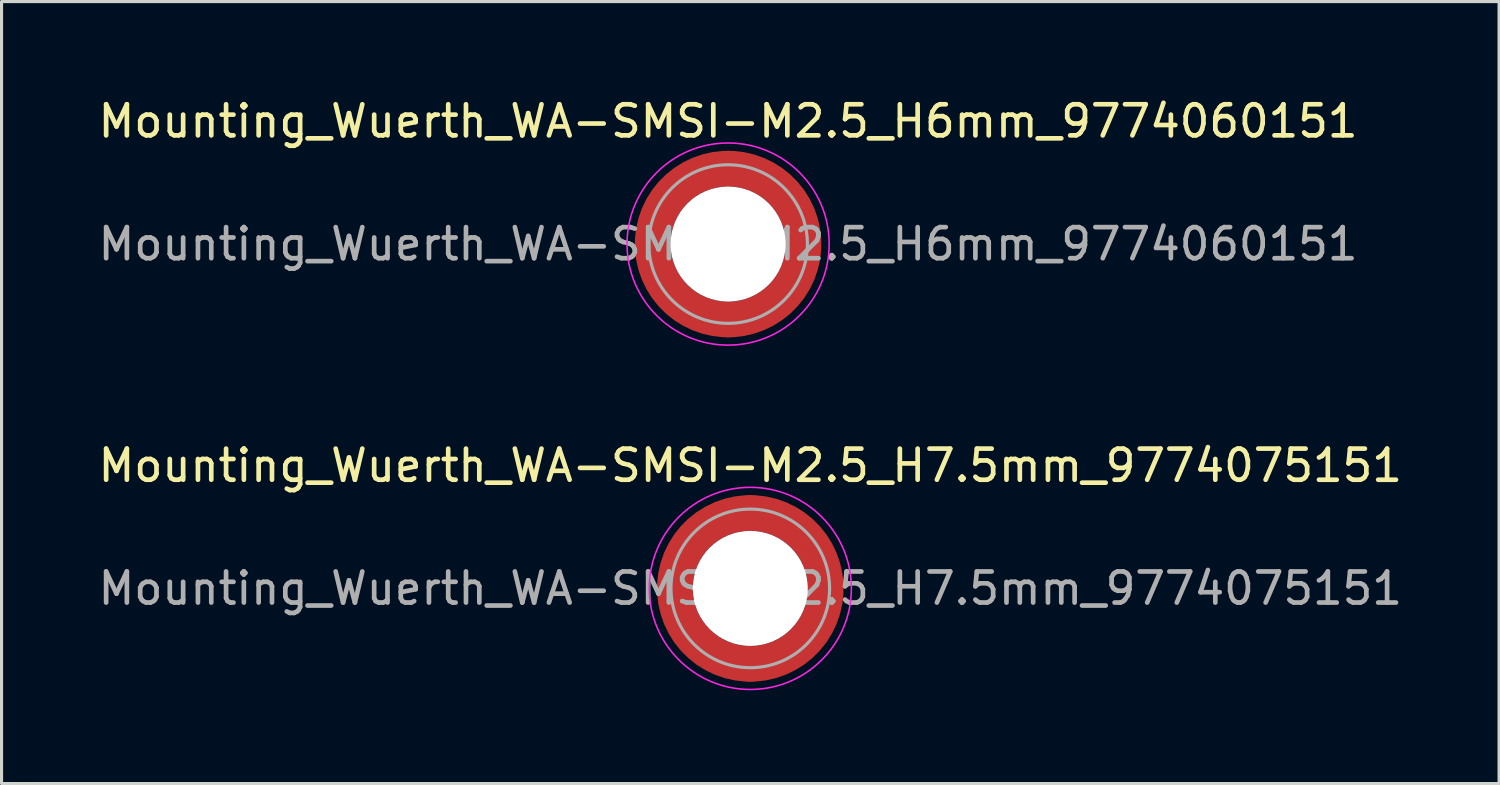
<source format=kicad_pcb>
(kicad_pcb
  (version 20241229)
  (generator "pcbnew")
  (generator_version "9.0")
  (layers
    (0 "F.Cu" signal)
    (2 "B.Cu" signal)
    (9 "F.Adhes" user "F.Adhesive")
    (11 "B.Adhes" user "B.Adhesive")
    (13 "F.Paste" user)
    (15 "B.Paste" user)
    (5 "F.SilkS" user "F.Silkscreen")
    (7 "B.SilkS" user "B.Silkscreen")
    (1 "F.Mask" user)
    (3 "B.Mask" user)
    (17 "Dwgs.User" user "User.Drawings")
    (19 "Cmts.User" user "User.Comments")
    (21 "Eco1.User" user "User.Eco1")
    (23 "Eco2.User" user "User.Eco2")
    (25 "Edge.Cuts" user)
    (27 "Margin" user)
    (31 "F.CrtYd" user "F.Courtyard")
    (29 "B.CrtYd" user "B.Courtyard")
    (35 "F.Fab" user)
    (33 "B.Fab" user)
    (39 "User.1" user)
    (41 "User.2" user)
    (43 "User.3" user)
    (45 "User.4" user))
  (footprint "Mounting_Wuerth_WA-SMSI-M2.5_H7.5mm_9774075151"
    (layer "F.Cu")
    (at 21.077 15.871)
    (property "Reference" "Mounting_Wuerth_WA-SMSI-M2.5_H7.5mm_9774075151" (at 0 -3.95 0) (layer "F.SilkS") (effects (font (size 1 1) (thickness 0.15))))
    (attr smd)
    (fp_circle (center 0 0) (end 3.25 0) (stroke (width 0.05) (type solid)) (fill no) (layer "F.CrtYd"))
    (fp_circle (center 0 0) (end 2.55 0) (stroke (width 0.1) (type solid)) (fill no) (layer "F.Fab"))
    (fp_text user "${REFERENCE}" (at 0 0 0) (layer "F.Fab") (effects (font (size 1 1) (thickness 0.15))))
    (pad "" smd custom (at -1.704 -1.704) (size 0.51 0.51) (layers "F.Paste") (options (anchor circle)) (primitives (gr_arc (start -0.250195 1.279127) (mid 0.289914 0.289914) (end 1.279127 -0.250195) (width 0.2)) (gr_arc (start -0.34334 1.279127) (mid 0.225488 0.225488) (end 1.279127 -0.34334) (width 0.2)) (gr_arc (start -0.436309 1.279127) (mid 0.161063 0.161063) (end 1.279127 -0.436309) (width 0.2)) (gr_arc (start -0.529126 1.279127) (mid 0.096638 0.096638) (end 1.279127 -0.529126) (width 0.2)) (gr_arc (start -0.621807 1.279127) (mid 0.032213 0.032213) (end 1.279127 -0.621807) (width 0.2)) (gr_arc (start -0.71437 1.279127) (mid -0.032213 -0.032213) (end 1.279127 -0.71437) (width 0.2)) (gr_arc (start -0.806826 1.279127) (mid -0.096638 -0.096638) (end 1.279127 -0.806826) (width 0.2)) (gr_arc (start -0.899187 1.279127) (mid -0.161063 -0.161063) (end 1.279127 -0.899187) (width 0.2)) (gr_arc (start -0.991463 1.279127) (mid -0.225488 -0.225488) (end 1.279127 -0.991463) (width 0.2)) (gr_arc (start -1.083663 1.279127) (mid -0.289914 -0.289914) (end 1.279127 -1.083663) (width 0.2)) (gr_line (start 1.279 -0.25) (end 1.279 -1.084) (width 0.2)) (gr_line (start -0.25 1.279) (end -1.084 1.279) (width 0.2))))
    (pad "" smd custom (at -1.704 1.704) (size 0.51 0.51) (layers "F.Paste") (options (anchor circle)) (primitives (gr_arc (start 1.279127 0.250195) (mid 0.289914 -0.289914) (end -0.250195 -1.279127) (width 0.2)) (gr_arc (start 1.279127 0.34334) (mid 0.225488 -0.225488) (end -0.34334 -1.279127) (width 0.2)) (gr_arc (start 1.279127 0.436309) (mid 0.161063 -0.161063) (end -0.436309 -1.279127) (width 0.2)) (gr_arc (start 1.279127 0.529126) (mid 0.096638 -0.096638) (end -0.529126 -1.279127) (width 0.2)) (gr_arc (start 1.279127 0.621807) (mid 0.032213 -0.032213) (end -0.621807 -1.279127) (width 0.2)) (gr_arc (start 1.279127 0.71437) (mid -0.032213 0.032213) (end -0.71437 -1.279127) (width 0.2)) (gr_arc (start 1.279127 0.806826) (mid -0.096638 0.096638) (end -0.806826 -1.279127) (width 0.2)) (gr_arc (start 1.279127 0.899187) (mid -0.161063 0.161063) (end -0.899187 -1.279127) (width 0.2)) (gr_arc (start 1.279127 0.991463) (mid -0.225488 0.225488) (end -0.991463 -1.279127) (width 0.2)) (gr_arc (start 1.279127 1.083663) (mid -0.289914 0.289914) (end -1.083663 -1.279127) (width 0.2)) (gr_line (start -0.25 -1.279) (end -1.084 -1.279) (width 0.2)) (gr_line (start 1.279 0.25) (end 1.279 1.084) (width 0.2))))
    (pad "" np_thru_hole circle (at 0 0) (size 3.7 3.7) (drill 3.7) (layers "*.Cu" "*.Mask"))
    (pad "" smd custom (at 1.704 -1.704) (size 0.51 0.51) (layers "F.Paste") (options (anchor circle)) (primitives (gr_arc (start -1.279127 -0.250195) (mid -0.289914 0.289914) (end 0.250195 1.279127) (width 0.2)) (gr_arc (start -1.279127 -0.34334) (mid -0.225488 0.225488) (end 0.34334 1.279127) (width 0.2)) (gr_arc (start -1.279127 -0.436309) (mid -0.161063 0.161063) (end 0.436309 1.279127) (width 0.2)) (gr_arc (start -1.279127 -0.529126) (mid -0.096638 0.096638) (end 0.529126 1.279127) (width 0.2)) (gr_arc (start -1.279127 -0.621807) (mid -0.032213 0.032213) (end 0.621807 1.279127) (width 0.2)) (gr_arc (start -1.279127 -0.71437) (mid 0.032213 -0.032213) (end 0.71437 1.279127) (width 0.2)) (gr_arc (start -1.279127 -0.806826) (mid 0.096638 -0.096638) (end 0.806826 1.279127) (width 0.2)) (gr_arc (start -1.279127 -0.899187) (mid 0.161063 -0.161063) (end 0.899187 1.279127) (width 0.2)) (gr_arc (start -1.279127 -0.991463) (mid 0.225488 -0.225488) (end 0.991463 1.279127) (width 0.2)) (gr_arc (start -1.279127 -1.083663) (mid 0.289914 -0.289914) (end 1.083663 1.279127) (width 0.2)) (gr_line (start 0.25 1.279) (end 1.084 1.279) (width 0.2)) (gr_line (start -1.279 -0.25) (end -1.279 -1.084) (width 0.2))))
    (pad "" smd custom (at 1.704 1.704) (size 0.51 0.51) (layers "F.Paste") (options (anchor circle)) (primitives (gr_arc (start 0.250195 -1.279127) (mid -0.289914 -0.289914) (end -1.279127 0.250195) (width 0.2)) (gr_arc (start 0.34334 -1.279127) (mid -0.225488 -0.225488) (end -1.279127 0.34334) (width 0.2)) (gr_arc (start 0.436309 -1.279127) (mid -0.161063 -0.161063) (end -1.279127 0.436309) (width 0.2)) (gr_arc (start 0.529126 -1.279127) (mid -0.096638 -0.096638) (end -1.279127 0.529126) (width 0.2)) (gr_arc (start 0.621807 -1.279127) (mid -0.032213 -0.032213) (end -1.279127 0.621807) (width 0.2)) (gr_arc (start 0.71437 -1.279127) (mid 0.032213 0.032213) (end -1.279127 0.71437) (width 0.2)) (gr_arc (start 0.806826 -1.279127) (mid 0.096638 0.096638) (end -1.279127 0.806826) (width 0.2)) (gr_arc (start 0.899187 -1.279127) (mid 0.161063 0.161063) (end -1.279127 0.899187) (width 0.2)) (gr_arc (start 0.991463 -1.279127) (mid 0.225488 0.225488) (end -1.279127 0.991463) (width 0.2)) (gr_arc (start 1.083663 -1.279127) (mid 0.289914 0.289914) (end -1.279127 1.083663) (width 0.2)) (gr_line (start -1.279 0.25) (end -1.279 1.084) (width 0.2)) (gr_line (start 0.25 -1.279) (end 1.084 -1.279) (width 0.2))))
    (pad "1" smd circle (at -2.425 0) (size 1.15 1.15) (layers "F.Cu"))
    (pad "1" smd circle (at 0 -2.425) (size 1.15 1.15) (layers "F.Cu"))
    (pad "1" smd circle (at 0 2.425) (size 1.15 1.15) (layers "F.Cu"))
    (pad "1" smd custom (at 2.425 0) (size 1.15 1.15) (layers "F.Cu" "F.Mask") (options (anchor circle)) (primitives (gr_circle (center -2.425 0) (end 0 0) (width 1.15) (fill no)))))
  (footprint "Mounting_Wuerth_WA-SMSI-M2.5_H6mm_9774060151"
    (layer "F.Cu")
    (at 20.363 4.798)
    (property "Reference" "Mounting_Wuerth_WA-SMSI-M2.5_H6mm_9774060151" (at 0 -3.95 0) (layer "F.SilkS") (effects (font (size 1 1) (thickness 0.15))))
    (attr smd)
    (fp_circle (center 0 0) (end 3.25 0) (stroke (width 0.05) (type solid)) (fill no) (layer "F.CrtYd"))
    (fp_circle (center 0 0) (end 2.55 0) (stroke (width 0.1) (type solid)) (fill no) (layer "F.Fab"))
    (fp_text user "${REFERENCE}" (at 0 0 0) (layer "F.Fab") (effects (font (size 1 1) (thickness 0.15))))
    (pad "" smd custom (at -1.704 -1.704) (size 0.51 0.51) (layers "F.Paste") (options (anchor circle)) (primitives (gr_arc (start -0.250195 1.279127) (mid 0.289914 0.289914) (end 1.279127 -0.250195) (width 0.2)) (gr_arc (start -0.34334 1.279127) (mid 0.225488 0.225488) (end 1.279127 -0.34334) (width 0.2)) (gr_arc (start -0.436309 1.279127) (mid 0.161063 0.161063) (end 1.279127 -0.436309) (width 0.2)) (gr_arc (start -0.529126 1.279127) (mid 0.096638 0.096638) (end 1.279127 -0.529126) (width 0.2)) (gr_arc (start -0.621807 1.279127) (mid 0.032213 0.032213) (end 1.279127 -0.621807) (width 0.2)) (gr_arc (start -0.71437 1.279127) (mid -0.032213 -0.032213) (end 1.279127 -0.71437) (width 0.2)) (gr_arc (start -0.806826 1.279127) (mid -0.096638 -0.096638) (end 1.279127 -0.806826) (width 0.2)) (gr_arc (start -0.899187 1.279127) (mid -0.161063 -0.161063) (end 1.279127 -0.899187) (width 0.2)) (gr_arc (start -0.991463 1.279127) (mid -0.225488 -0.225488) (end 1.279127 -0.991463) (width 0.2)) (gr_arc (start -1.083663 1.279127) (mid -0.289914 -0.289914) (end 1.279127 -1.083663) (width 0.2)) (gr_line (start 1.279 -0.25) (end 1.279 -1.084) (width 0.2)) (gr_line (start -0.25 1.279) (end -1.084 1.279) (width 0.2))))
    (pad "" smd custom (at -1.704 1.704) (size 0.51 0.51) (layers "F.Paste") (options (anchor circle)) (primitives (gr_arc (start 1.279127 0.250195) (mid 0.289914 -0.289914) (end -0.250195 -1.279127) (width 0.2)) (gr_arc (start 1.279127 0.34334) (mid 0.225488 -0.225488) (end -0.34334 -1.279127) (width 0.2)) (gr_arc (start 1.279127 0.436309) (mid 0.161063 -0.161063) (end -0.436309 -1.279127) (width 0.2)) (gr_arc (start 1.279127 0.529126) (mid 0.096638 -0.096638) (end -0.529126 -1.279127) (width 0.2)) (gr_arc (start 1.279127 0.621807) (mid 0.032213 -0.032213) (end -0.621807 -1.279127) (width 0.2)) (gr_arc (start 1.279127 0.71437) (mid -0.032213 0.032213) (end -0.71437 -1.279127) (width 0.2)) (gr_arc (start 1.279127 0.806826) (mid -0.096638 0.096638) (end -0.806826 -1.279127) (width 0.2)) (gr_arc (start 1.279127 0.899187) (mid -0.161063 0.161063) (end -0.899187 -1.279127) (width 0.2)) (gr_arc (start 1.279127 0.991463) (mid -0.225488 0.225488) (end -0.991463 -1.279127) (width 0.2)) (gr_arc (start 1.279127 1.083663) (mid -0.289914 0.289914) (end -1.083663 -1.279127) (width 0.2)) (gr_line (start -0.25 -1.279) (end -1.084 -1.279) (width 0.2)) (gr_line (start 1.279 0.25) (end 1.279 1.084) (width 0.2))))
    (pad "" np_thru_hole circle (at 0 0) (size 3.7 3.7) (drill 3.7) (layers "*.Cu" "*.Mask"))
    (pad "" smd custom (at 1.704 -1.704) (size 0.51 0.51) (layers "F.Paste") (options (anchor circle)) (primitives (gr_arc (start -1.279127 -0.250195) (mid -0.289914 0.289914) (end 0.250195 1.279127) (width 0.2)) (gr_arc (start -1.279127 -0.34334) (mid -0.225488 0.225488) (end 0.34334 1.279127) (width 0.2)) (gr_arc (start -1.279127 -0.436309) (mid -0.161063 0.161063) (end 0.436309 1.279127) (width 0.2)) (gr_arc (start -1.279127 -0.529126) (mid -0.096638 0.096638) (end 0.529126 1.279127) (width 0.2)) (gr_arc (start -1.279127 -0.621807) (mid -0.032213 0.032213) (end 0.621807 1.279127) (width 0.2)) (gr_arc (start -1.279127 -0.71437) (mid 0.032213 -0.032213) (end 0.71437 1.279127) (width 0.2)) (gr_arc (start -1.279127 -0.806826) (mid 0.096638 -0.096638) (end 0.806826 1.279127) (width 0.2)) (gr_arc (start -1.279127 -0.899187) (mid 0.161063 -0.161063) (end 0.899187 1.279127) (width 0.2)) (gr_arc (start -1.279127 -0.991463) (mid 0.225488 -0.225488) (end 0.991463 1.279127) (width 0.2)) (gr_arc (start -1.279127 -1.083663) (mid 0.289914 -0.289914) (end 1.083663 1.279127) (width 0.2)) (gr_line (start 0.25 1.279) (end 1.084 1.279) (width 0.2)) (gr_line (start -1.279 -0.25) (end -1.279 -1.084) (width 0.2))))
    (pad "" smd custom (at 1.704 1.704) (size 0.51 0.51) (layers "F.Paste") (options (anchor circle)) (primitives (gr_arc (start 0.250195 -1.279127) (mid -0.289914 -0.289914) (end -1.279127 0.250195) (width 0.2)) (gr_arc (start 0.34334 -1.279127) (mid -0.225488 -0.225488) (end -1.279127 0.34334) (width 0.2)) (gr_arc (start 0.436309 -1.279127) (mid -0.161063 -0.161063) (end -1.279127 0.436309) (width 0.2)) (gr_arc (start 0.529126 -1.279127) (mid -0.096638 -0.096638) (end -1.279127 0.529126) (width 0.2)) (gr_arc (start 0.621807 -1.279127) (mid -0.032213 -0.032213) (end -1.279127 0.621807) (width 0.2)) (gr_arc (start 0.71437 -1.279127) (mid 0.032213 0.032213) (end -1.279127 0.71437) (width 0.2)) (gr_arc (start 0.806826 -1.279127) (mid 0.096638 0.096638) (end -1.279127 0.806826) (width 0.2)) (gr_arc (start 0.899187 -1.279127) (mid 0.161063 0.161063) (end -1.279127 0.899187) (width 0.2)) (gr_arc (start 0.991463 -1.279127) (mid 0.225488 0.225488) (end -1.279127 0.991463) (width 0.2)) (gr_arc (start 1.083663 -1.279127) (mid 0.289914 0.289914) (end -1.279127 1.083663) (width 0.2)) (gr_line (start -1.279 0.25) (end -1.279 1.084) (width 0.2)) (gr_line (start 0.25 -1.279) (end 1.084 -1.279) (width 0.2))))
    (pad "1" smd circle (at -2.425 0) (size 1.15 1.15) (layers "F.Cu"))
    (pad "1" smd circle (at 0 -2.425) (size 1.15 1.15) (layers "F.Cu"))
    (pad "1" smd circle (at 0 2.425) (size 1.15 1.15) (layers "F.Cu"))
    (pad "1" smd custom (at 2.425 0) (size 1.15 1.15) (layers "F.Cu" "F.Mask") (options (anchor circle)) (primitives (gr_circle (center -2.425 0) (end 0 0) (width 1.15) (fill no)))))
  (gr_rect
    (start -3 -3)
    (end 45.155 22.146)
    (stroke (width 0.1) (type default))
    (fill no)
    (layer "Edge.Cuts")))
</source>
